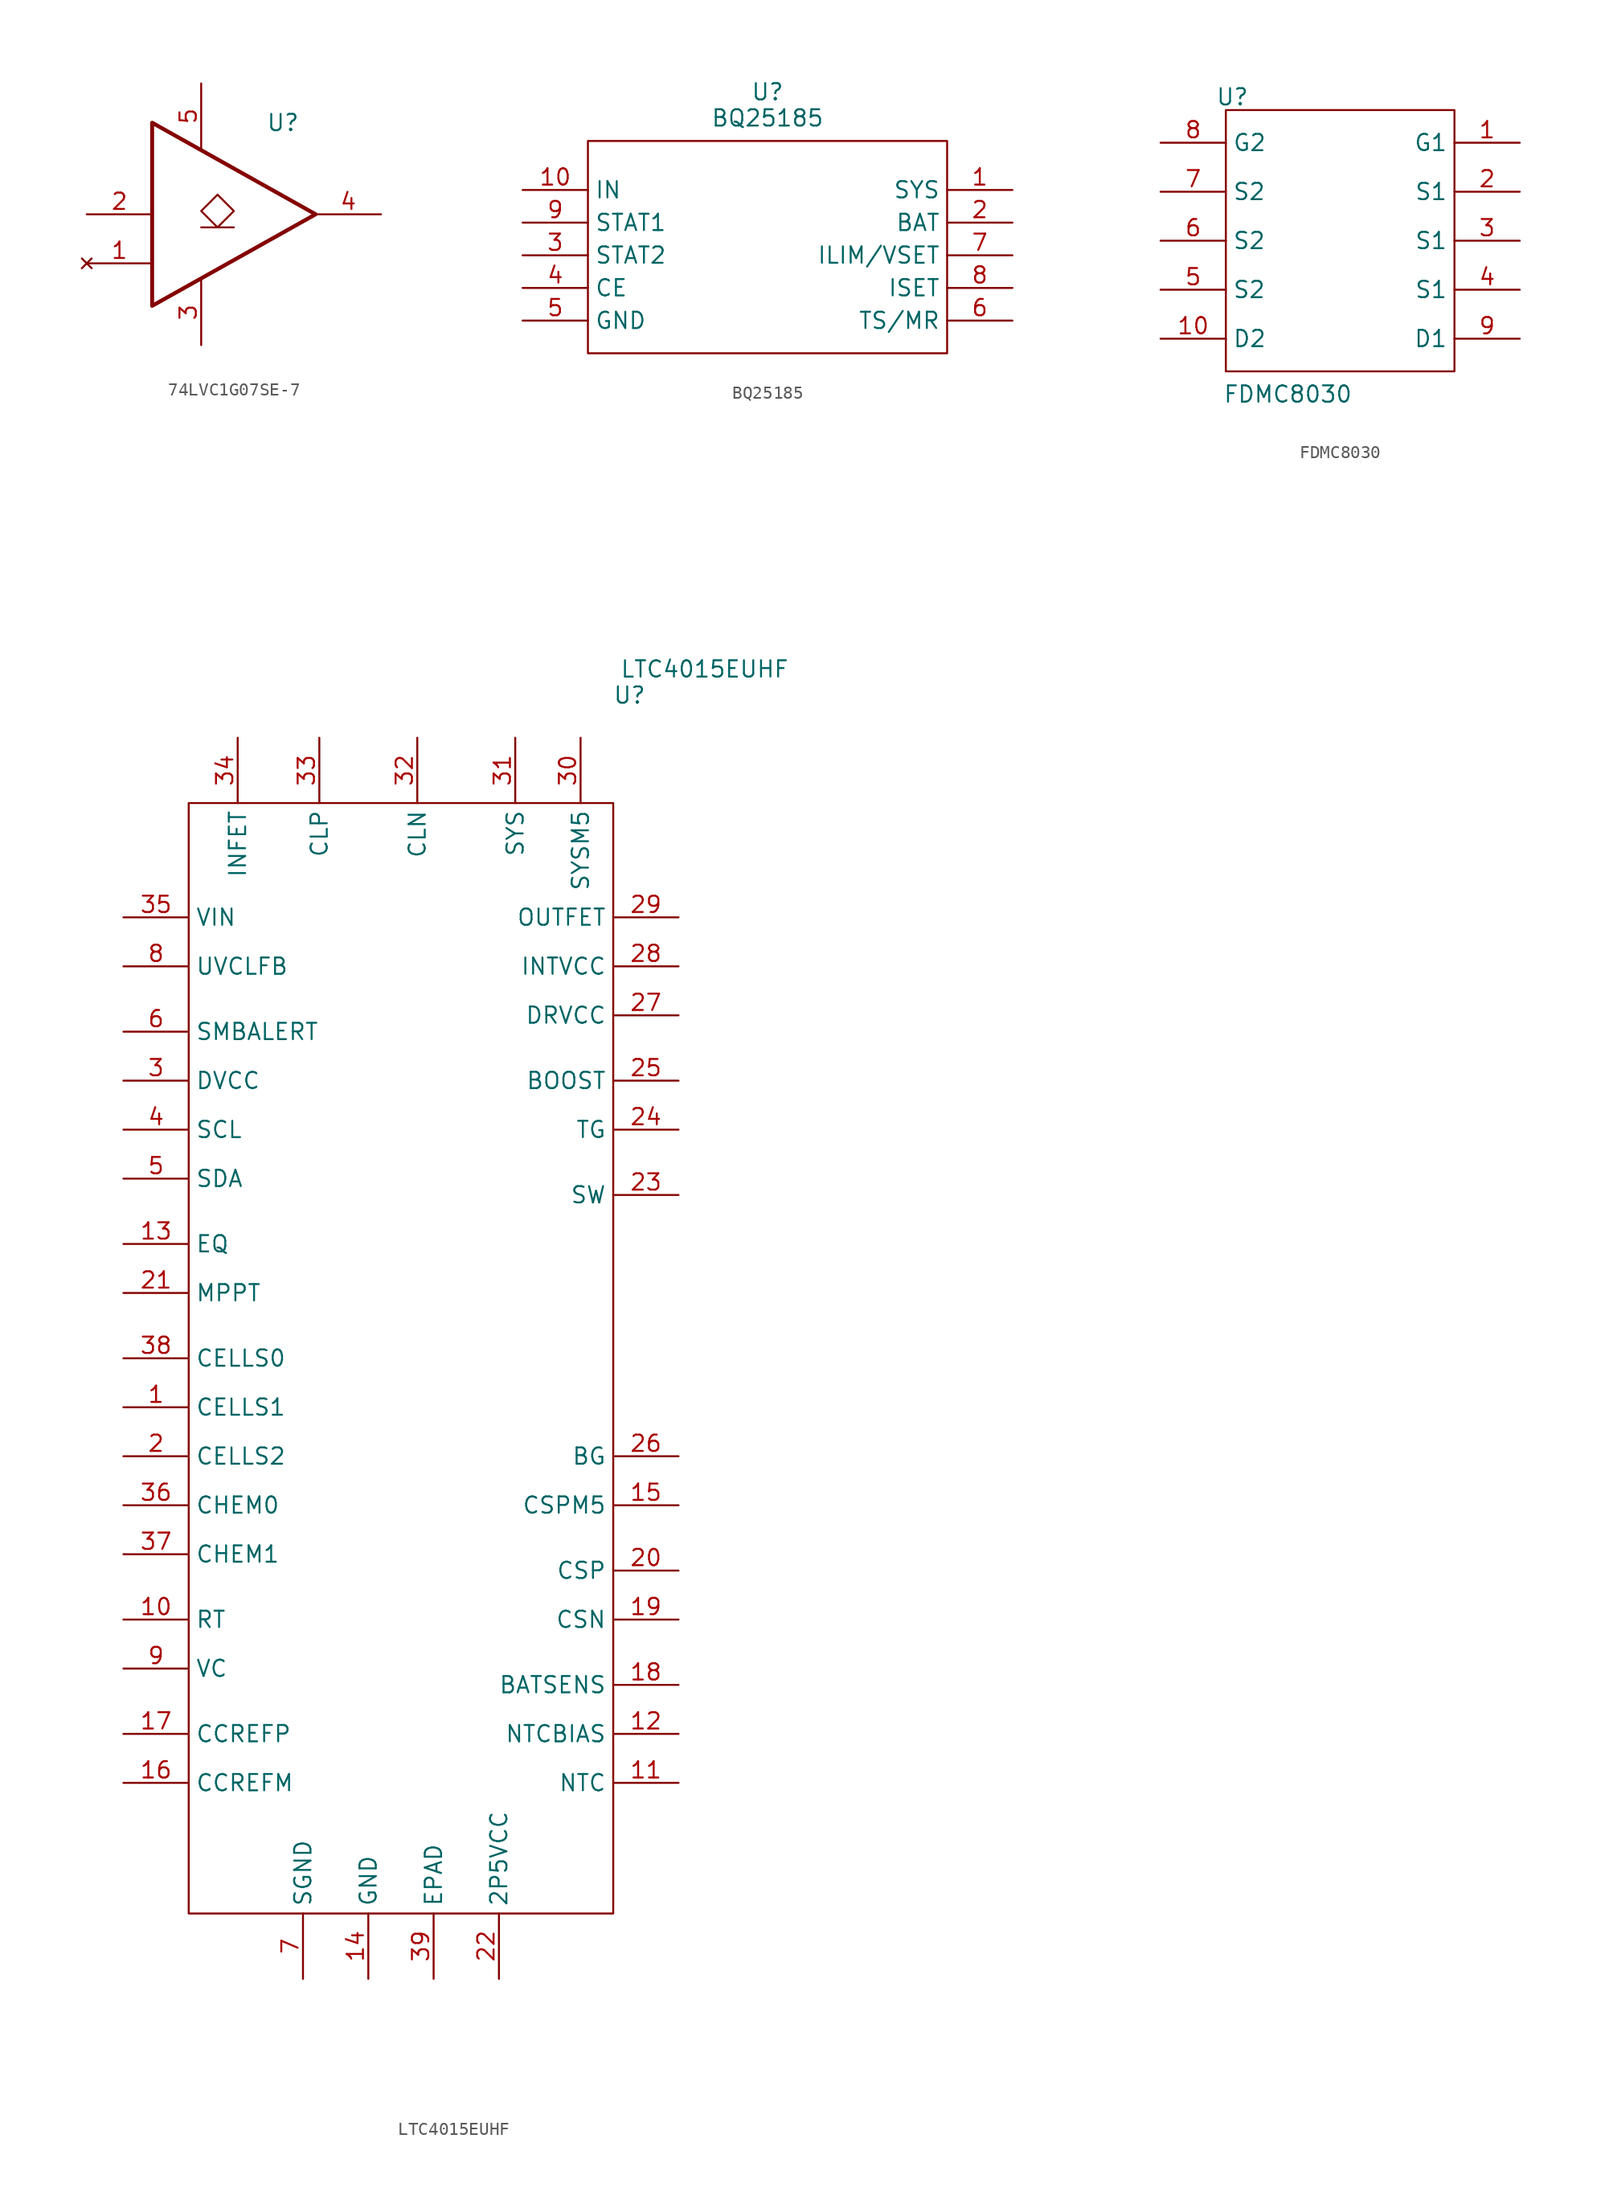
<source format=kicad_sym>
(kicad_symbol_lib
  (version 20241209)
  (generator "kicad_symbol_editor")
  (generator_version "9.0")
  (symbol "74LVC1G07SE-7"
    (property "Reference" "U"
      (at 3.81 7.112 0)
      (effects (font (size 1.27 1.27))))
    (property "Value" ""
      (at 0 0 0)
      (effects (font (size 1.27 1.27))))
    (symbol "74LVC1G07SE-7_0_1"
      (polyline (pts (xy -2.54 -1.016) (xy -0.254 -1.016)) (stroke (width 0) (type default)) (fill (type none)))
      (polyline (pts (xy -1.27 -1.016) (xy -2.54 0.254) (xy -1.27 1.524) (xy 0 0.254) (xy -1.27 -1.016)) (stroke (width 0) (type default)) (fill (type none)))
      (polyline (pts (xy -0.254 -1.016) (xy 0 -1.016)) (stroke (width 0) (type default)) (fill (type none))))
    (symbol "74LVC1G07SE-7_1_1"
      (polyline (pts (xy -6.35 7.112) (xy 6.35 0) (xy -6.35 -7.112) (xy -6.35 7.112)) (stroke (width 0.305) (type solid)) (fill (type none)))
      (pin input line (at -11.43 0 0) (length 5.08) (name "" (effects (font (size 1.016 1.016)))) (number "2" (effects (font (size 1.27 1.27)))))
      (pin no_connect line (at -11.43 -3.81 0) (length 5.08) (name "" (effects (font (size 1.016 1.016)))) (number "1" (effects (font (size 1.27 1.27)))))
      (pin power_in line (at -2.54 10.16 270) (length 5.08) (name "" (effects (font (size 1.016 1.016)))) (number "5" (effects (font (size 1.27 1.27)))))
      (pin passive line (at -2.54 -10.16 90) (length 5.08) (name "" (effects (font (size 1.016 1.016)))) (number "3" (effects (font (size 1.27 1.27)))))
      (pin output line (at 11.43 0 180) (length 5.08) (name "" (effects (font (size 1.016 1.016)))) (number "4" (effects (font (size 1.27 1.27)))))))
  (symbol "BQ25185"
    (property "Reference" "U"
      (at 0 1.27 0)
      (do_not_autoplace)
      (effects (font (size 1.27 1.27))))
    (property "Value" "BQ25185"
      (at 0 -0.762 0)
      (do_not_autoplace)
      (effects (font (size 1.27 1.27))))
    (symbol "BQ25185_0_1"
      (rectangle (start -13.97 -2.54) (end 13.97 -19.05) (stroke (width 0) (type default)) (fill (type none))))
    (symbol "BQ25185_1_1"
      (pin power_in line (at -19.05 -6.35 0) (length 5.08) (name "IN" (effects (font (size 1.27 1.27)))) (number "10" (effects (font (size 1.27 1.27)))))
      (pin output line (at -19.05 -8.89 0) (length 5.08) (name "STAT1" (effects (font (size 1.27 1.27)))) (number "9" (effects (font (size 1.27 1.27)))))
      (pin output line (at -19.05 -11.43 0) (length 5.08) (name "STAT2" (effects (font (size 1.27 1.27)))) (number "3" (effects (font (size 1.27 1.27)))))
      (pin input line (at -19.05 -13.97 0) (length 5.08) (name "CE" (effects (font (size 1.27 1.27)))) (number "4" (effects (font (size 1.27 1.27)))))
      (pin power_in line (at -19.05 -16.51 0) (length 5.08) (name "GND" (effects (font (size 1.27 1.27)))) (number "5" (effects (font (size 1.27 1.27)))))
      (pin power_out line (at 19.05 -6.35 180) (length 5.08) (name "SYS" (effects (font (size 1.27 1.27)))) (number "1" (effects (font (size 1.27 1.27)))))
      (pin power_out line (at 19.05 -8.89 180) (length 5.08) (name "BAT" (effects (font (size 1.27 1.27)))) (number "2" (effects (font (size 1.27 1.27)))))
      (pin bidirectional line (at 19.05 -11.43 180) (length 5.08) (name "ILIM/VSET" (effects (font (size 1.27 1.27)))) (number "7" (effects (font (size 1.27 1.27)))))
      (pin bidirectional line (at 19.05 -13.97 180) (length 5.08) (name "ISET" (effects (font (size 1.27 1.27)))) (number "8" (effects (font (size 1.27 1.27)))))
      (pin bidirectional line (at 19.05 -16.51 180) (length 5.08) (name "TS/MR" (effects (font (size 1.27 1.27)))) (number "6" (effects (font (size 1.27 1.27)))))))
  (symbol "FDMC8030"
    (property "Reference" "U"
      (at -8.382 13.716 0)
      (effects (font (size 1.27 1.27))))
    (property "Value" "FDMC8030"
      (at -4.064 -9.398 0)
      (effects (font (size 1.27 1.27))))
    (symbol "FDMC8030_0_1"
      (rectangle (start -8.89 12.7) (end 8.89 -7.62) (stroke (width 0) (type default)) (fill (type none))))
    (symbol "FDMC8030_1_1"
      (pin input line (at -13.97 10.16 0) (length 5.08) (name "G2" (effects (font (size 1.27 1.27)))) (number "8" (effects (font (size 1.27 1.27)))))
      (pin power_out line (at -13.97 6.35 0) (length 5.08) (name "S2" (effects (font (size 1.27 1.27)))) (number "7" (effects (font (size 1.27 1.27)))))
      (pin power_out line (at -13.97 2.54 0) (length 5.08) (name "S2" (effects (font (size 1.27 1.27)))) (number "6" (effects (font (size 1.27 1.27)))))
      (pin power_out line (at -13.97 -1.27 0) (length 5.08) (name "S2" (effects (font (size 1.27 1.27)))) (number "5" (effects (font (size 1.27 1.27)))))
      (pin power_in line (at -13.97 -5.08 0) (length 5.08) (name "D2" (effects (font (size 1.27 1.27)))) (number "10" (effects (font (size 1.27 1.27)))))
      (pin input line (at 13.97 10.16 180) (length 5.08) (name "G1" (effects (font (size 1.27 1.27)))) (number "1" (effects (font (size 1.27 1.27)))))
      (pin power_out line (at 13.97 6.35 180) (length 5.08) (name "S1" (effects (font (size 1.27 1.27)))) (number "2" (effects (font (size 1.27 1.27)))))
      (pin power_out line (at 13.97 2.54 180) (length 5.08) (name "S1" (effects (font (size 1.27 1.27)))) (number "3" (effects (font (size 1.27 1.27)))))
      (pin power_out line (at 13.97 -1.27 180) (length 5.08) (name "S1" (effects (font (size 1.27 1.27)))) (number "4" (effects (font (size 1.27 1.27)))))
      (pin power_in line (at 13.97 -5.08 180) (length 5.08) (name "D1" (effects (font (size 1.27 1.27)))) (number "9" (effects (font (size 1.27 1.27)))))))
  (symbol "LTC4015EUHF"
    (property "Reference" "U"
      (at 17.78 5.842 0)
      (effects (font (size 1.27 1.27))))
    (property "Value" "LTC4015EUHF"
      (at 23.622 7.874 0)
      (effects (font (size 1.27 1.27))))
    (symbol "LTC4015EUHF_0_1"
      (rectangle (start -16.51 -2.54) (end 16.51 -88.9) (stroke (width 0) (type default)) (fill (type none))))
    (symbol "LTC4015EUHF_1_1"
      (pin power_in line (at -21.59 -11.43 0) (length 5.08) (name "VIN" (effects (font (size 1.27 1.27)))) (number "35" (effects (font (size 1.27 1.27)))))
      (pin bidirectional line (at -21.59 -15.24 0) (length 5.08) (name "UVCLFB" (effects (font (size 1.27 1.27)))) (number "8" (effects (font (size 1.27 1.27)))))
      (pin bidirectional line (at -21.59 -20.32 0) (length 5.08) (name "SMBALERT" (effects (font (size 1.27 1.27)))) (number "6" (effects (font (size 1.27 1.27)))))
      (pin power_in line (at -21.59 -24.13 0) (length 5.08) (name "DVCC" (effects (font (size 1.27 1.27)))) (number "3" (effects (font (size 1.27 1.27)))))
      (pin input line (at -21.59 -27.94 0) (length 5.08) (name "SCL" (effects (font (size 1.27 1.27)))) (number "4" (effects (font (size 1.27 1.27)))))
      (pin bidirectional line (at -21.59 -31.75 0) (length 5.08) (name "SDA" (effects (font (size 1.27 1.27)))) (number "5" (effects (font (size 1.27 1.27)))))
      (pin input line (at -21.59 -36.83 0) (length 5.08) (name "EQ" (effects (font (size 1.27 1.27)))) (number "13" (effects (font (size 1.27 1.27)))))
      (pin input line (at -21.59 -40.64 0) (length 5.08) (name "MPPT" (effects (font (size 1.27 1.27)))) (number "21" (effects (font (size 1.27 1.27)))))
      (pin input line (at -21.59 -45.72 0) (length 5.08) (name "CELLS0" (effects (font (size 1.27 1.27)))) (number "38" (effects (font (size 1.27 1.27)))))
      (pin input line (at -21.59 -49.53 0) (length 5.08) (name "CELLS1" (effects (font (size 1.27 1.27)))) (number "1" (effects (font (size 1.27 1.27)))))
      (pin input line (at -21.59 -53.34 0) (length 5.08) (name "CELLS2" (effects (font (size 1.27 1.27)))) (number "2" (effects (font (size 1.27 1.27)))))
      (pin input line (at -21.59 -57.15 0) (length 5.08) (name "CHEM0" (effects (font (size 1.27 1.27)))) (number "36" (effects (font (size 1.27 1.27)))))
      (pin input line (at -21.59 -60.96 0) (length 5.08) (name "CHEM1" (effects (font (size 1.27 1.27)))) (number "37" (effects (font (size 1.27 1.27)))))
      (pin power_in line (at -21.59 -66.04 0) (length 5.08) (name "RT" (effects (font (size 1.27 1.27)))) (number "10" (effects (font (size 1.27 1.27)))))
      (pin power_in line (at -21.59 -69.85 0) (length 5.08) (name "VC" (effects (font (size 1.27 1.27)))) (number "9" (effects (font (size 1.27 1.27)))))
      (pin bidirectional line (at -21.59 -74.93 0) (length 5.08) (name "CCREFP" (effects (font (size 1.27 1.27)))) (number "17" (effects (font (size 1.27 1.27)))))
      (pin bidirectional line (at -21.59 -78.74 0) (length 5.08) (name "CCREFM" (effects (font (size 1.27 1.27)))) (number "16" (effects (font (size 1.27 1.27)))))
      (pin input line (at -12.7 2.54 270) (length 5.08) (name "INFET" (effects (font (size 1.27 1.27)))) (number "34" (effects (font (size 1.27 1.27)))))
      (pin power_in line (at -7.62 -93.98 90) (length 5.08) (name "SGND" (effects (font (size 1.27 1.27)))) (number "7" (effects (font (size 1.27 1.27)))))
      (pin bidirectional line (at -6.35 2.54 270) (length 5.08) (name "CLP" (effects (font (size 1.27 1.27)))) (number "33" (effects (font (size 1.27 1.27)))))
      (pin power_in line (at -2.54 -93.98 90) (length 5.08) (name "GND" (effects (font (size 1.27 1.27)))) (number "14" (effects (font (size 1.27 1.27)))))
      (pin bidirectional line (at 1.27 2.54 270) (length 5.08) (name "CLN" (effects (font (size 1.27 1.27)))) (number "32" (effects (font (size 1.27 1.27)))))
      (pin power_in line (at 2.54 -93.98 90) (length 5.08) (name "EPAD" (effects (font (size 1.27 1.27)))) (number "39" (effects (font (size 1.27 1.27)))))
      (pin power_in line (at 7.62 -93.98 90) (length 5.08) (name "2P5VCC" (effects (font (size 1.27 1.27)))) (number "22" (effects (font (size 1.27 1.27)))))
      (pin input line (at 8.89 2.54 270) (length 5.08) (name "SYS" (effects (font (size 1.27 1.27)))) (number "31" (effects (font (size 1.27 1.27)))))
      (pin input line (at 13.97 2.54 270) (length 5.08) (name "SYSM5" (effects (font (size 1.27 1.27)))) (number "30" (effects (font (size 1.27 1.27)))))
      (pin output line (at 21.59 -11.43 180) (length 5.08) (name "OUTFET" (effects (font (size 1.27 1.27)))) (number "29" (effects (font (size 1.27 1.27)))))
      (pin power_out line (at 21.59 -15.24 180) (length 5.08) (name "INTVCC" (effects (font (size 1.27 1.27)))) (number "28" (effects (font (size 1.27 1.27)))))
      (pin power_in line (at 21.59 -19.05 180) (length 5.08) (name "DRVCC" (effects (font (size 1.27 1.27)))) (number "27" (effects (font (size 1.27 1.27)))))
      (pin bidirectional line (at 21.59 -24.13 180) (length 5.08) (name "BOOST" (effects (font (size 1.27 1.27)))) (number "25" (effects (font (size 1.27 1.27)))))
      (pin bidirectional line (at 21.59 -27.94 180) (length 5.08) (name "TG" (effects (font (size 1.27 1.27)))) (number "24" (effects (font (size 1.27 1.27)))))
      (pin bidirectional line (at 21.59 -33.02 180) (length 5.08) (name "SW" (effects (font (size 1.27 1.27)))) (number "23" (effects (font (size 1.27 1.27)))))
      (pin output line (at 21.59 -53.34 180) (length 5.08) (name "BG" (effects (font (size 1.27 1.27)))) (number "26" (effects (font (size 1.27 1.27)))))
      (pin power_out line (at 21.59 -57.15 180) (length 5.08) (name "CSPM5" (effects (font (size 1.27 1.27)))) (number "15" (effects (font (size 1.27 1.27)))))
      (pin input line (at 21.59 -62.23 180) (length 5.08) (name "CSP" (effects (font (size 1.27 1.27)))) (number "20" (effects (font (size 1.27 1.27)))))
      (pin input line (at 21.59 -66.04 180) (length 5.08) (name "CSN" (effects (font (size 1.27 1.27)))) (number "19" (effects (font (size 1.27 1.27)))))
      (pin input line (at 21.59 -71.12 180) (length 5.08) (name "BATSENS" (effects (font (size 1.27 1.27)))) (number "18" (effects (font (size 1.27 1.27)))))
      (pin output line (at 21.59 -74.93 180) (length 5.08) (name "NTCBIAS" (effects (font (size 1.27 1.27)))) (number "12" (effects (font (size 1.27 1.27)))))
      (pin input line (at 21.59 -78.74 180) (length 5.08) (name "NTC" (effects (font (size 1.27 1.27)))) (number "11" (effects (font (size 1.27 1.27))))))))
</source>
